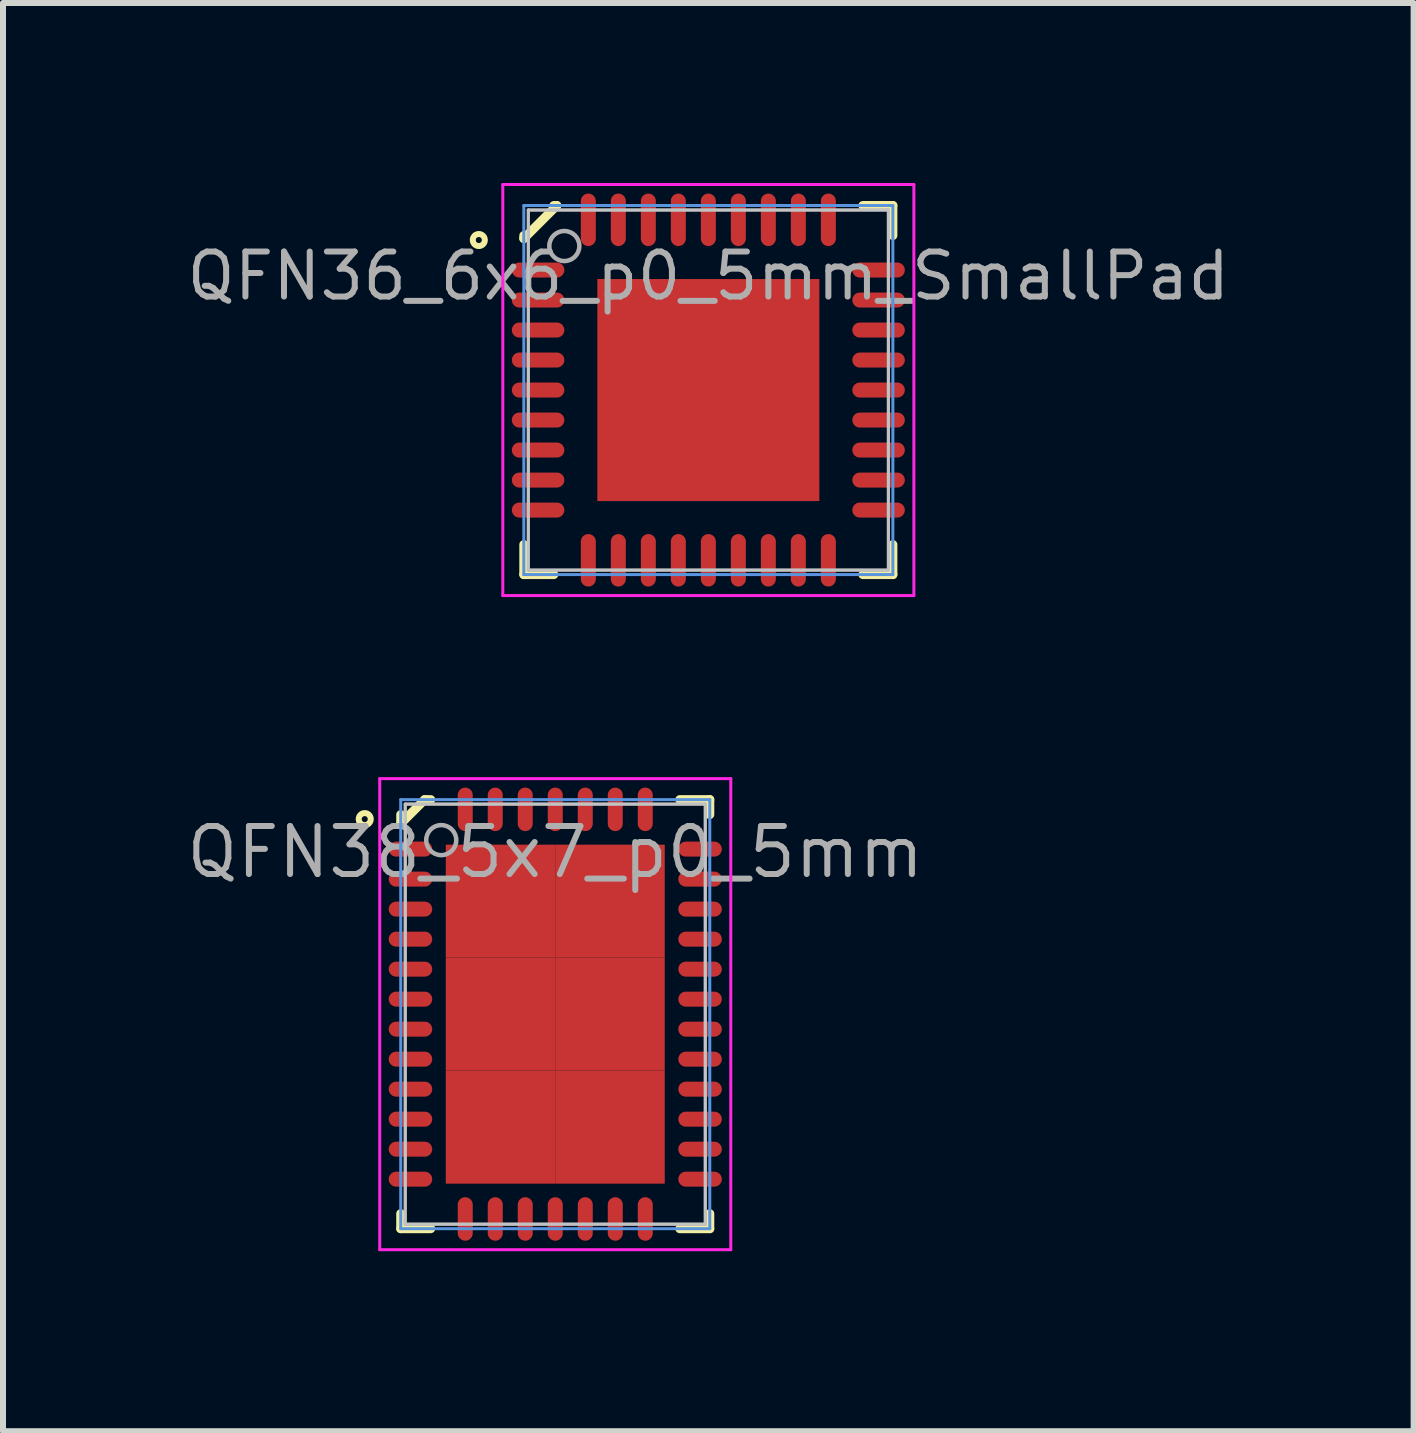
<source format=kicad_pcb>
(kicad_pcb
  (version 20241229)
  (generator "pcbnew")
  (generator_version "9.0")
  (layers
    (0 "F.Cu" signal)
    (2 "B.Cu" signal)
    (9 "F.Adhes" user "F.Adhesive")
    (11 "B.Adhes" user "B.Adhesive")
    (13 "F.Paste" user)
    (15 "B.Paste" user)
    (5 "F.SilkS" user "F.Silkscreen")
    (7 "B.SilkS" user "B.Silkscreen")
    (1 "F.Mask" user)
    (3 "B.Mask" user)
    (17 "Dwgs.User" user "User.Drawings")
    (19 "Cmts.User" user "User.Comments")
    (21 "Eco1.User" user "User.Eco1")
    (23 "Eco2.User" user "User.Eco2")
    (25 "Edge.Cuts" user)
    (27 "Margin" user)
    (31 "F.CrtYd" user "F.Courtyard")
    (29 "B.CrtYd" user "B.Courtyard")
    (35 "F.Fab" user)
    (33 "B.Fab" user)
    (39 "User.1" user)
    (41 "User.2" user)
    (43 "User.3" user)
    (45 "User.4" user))
  (footprint "QFN38_5x7_p0_5mm"
    (layer "F.Cu")
    (at 6.203 13.85)
    (property "Reference" "QFN38_5x7_p0_5mm" (at 0 -2.7 0) (layer "F.Fab") (effects (font (size 0.8 0.8) (thickness 0.1))))
    (attr through_hole)
    (fp_line (start -2.575 -3.175) (end -2.575 -3.325) (stroke (width 0.15) (type solid)) (layer "F.SilkS"))
    (fp_line (start -2.575 -3.175) (end -2.175 -3.575) (stroke (width 0.15) (type solid)) (layer "F.SilkS"))
    (fp_line (start -2.575 3.575) (end -2.575 3.325) (stroke (width 0.15) (type solid)) (layer "F.SilkS"))
    (fp_line (start -2.575 3.575) (end -2.075 3.575) (stroke (width 0.15) (type solid)) (layer "F.SilkS"))
    (fp_line (start -2.075 -3.575) (end -2.175 -3.575) (stroke (width 0.15) (type solid)) (layer "F.SilkS"))
    (fp_line (start 2.575 -3.575) (end 2.075 -3.575) (stroke (width 0.15) (type solid)) (layer "F.SilkS"))
    (fp_line (start 2.575 -3.575) (end 2.575 -3.325) (stroke (width 0.15) (type solid)) (layer "F.SilkS"))
    (fp_line (start 2.575 3.575) (end 2.075 3.575) (stroke (width 0.15) (type solid)) (layer "F.SilkS"))
    (fp_line (start 2.575 3.575) (end 2.575 3.325) (stroke (width 0.15) (type solid)) (layer "F.SilkS"))
    (fp_circle (center -3.175 -3.25) (end -3.104 -3.179) (stroke (width 0.1) (type solid)) (fill no) (layer "F.SilkS"))
    (fp_line (start -2.5 -3.5) (end -2.5 3.5) (stroke (width 0.05) (type solid)) (layer "Dwgs.User"))
    (fp_line (start -2.5 -3.5) (end 2.5 -3.5) (stroke (width 0.05) (type solid)) (layer "Dwgs.User"))
    (fp_line (start -2.5 3.5) (end 2.5 3.5) (stroke (width 0.05) (type solid)) (layer "Dwgs.User"))
    (fp_line (start 2.5 -3.5) (end 2.5 3.5) (stroke (width 0.05) (type solid)) (layer "Dwgs.User"))
    (fp_line (start -2.575 -3.575) (end -2.575 3.575) (stroke (width 0.05) (type solid)) (layer "Cmts.User"))
    (fp_line (start -2.575 -3.575) (end 2.575 -3.575) (stroke (width 0.05) (type solid)) (layer "Cmts.User"))
    (fp_line (start -2.575 3.575) (end 2.575 3.575) (stroke (width 0.05) (type solid)) (layer "Cmts.User"))
    (fp_line (start 2.575 -3.575) (end 2.575 3.575) (stroke (width 0.05) (type solid)) (layer "Cmts.User"))
    (fp_line (start -2.425 -3.425) (end -2.425 3.425) (stroke (width 0.05) (type solid)) (layer "Eco1.User"))
    (fp_line (start -2.425 -3.425) (end 2.425 -3.425) (stroke (width 0.05) (type solid)) (layer "Eco1.User"))
    (fp_line (start -2.425 3.425) (end 2.425 3.425) (stroke (width 0.05) (type solid)) (layer "Eco1.User"))
    (fp_line (start 2.425 -3.425) (end 2.425 3.425) (stroke (width 0.05) (type solid)) (layer "Eco1.User"))
    (fp_line (start -2.925 -3.925) (end -2.925 3.925) (stroke (width 0.05) (type solid)) (layer "F.CrtYd"))
    (fp_line (start -2.925 -3.925) (end 2.925 -3.925) (stroke (width 0.05) (type solid)) (layer "F.CrtYd"))
    (fp_line (start -2.925 3.925) (end 2.925 3.925) (stroke (width 0.05) (type solid)) (layer "F.CrtYd"))
    (fp_line (start 2.925 -3.925) (end 2.925 3.925) (stroke (width 0.05) (type solid)) (layer "F.CrtYd"))
    (fp_line (start -2.5 -3.5) (end -2.5 3.5) (stroke (width 0.05) (type solid)) (layer "F.Fab"))
    (fp_line (start -2.5 -3.5) (end 2.5 -3.5) (stroke (width 0.05) (type solid)) (layer "F.Fab"))
    (fp_line (start -2.5 3.5) (end 2.5 3.5) (stroke (width 0.05) (type solid)) (layer "F.Fab"))
    (fp_line (start 2.5 -3.5) (end 2.5 3.5) (stroke (width 0.05) (type solid)) (layer "F.Fab"))
    (fp_circle (center -1.9 -2.9) (end -1.723 -2.723) (stroke (width 0.075) (type solid)) (fill no) (layer "F.Fab"))
    (pad "1" smd oval (at -2.413 -2.75 180) (size 0.725 0.25) (layers "F.Cu" "F.Mask" "F.Paste"))
    (pad "2" smd oval (at -2.413 -2.25 180) (size 0.725 0.25) (layers "F.Cu" "F.Mask" "F.Paste"))
    (pad "3" smd oval (at -2.413 -1.75 180) (size 0.725 0.25) (layers "F.Cu" "F.Mask" "F.Paste"))
    (pad "4" smd oval (at -2.413 -1.25 180) (size 0.725 0.25) (layers "F.Cu" "F.Mask" "F.Paste"))
    (pad "5" smd oval (at -2.413 -0.75 180) (size 0.725 0.25) (layers "F.Cu" "F.Mask" "F.Paste"))
    (pad "6" smd oval (at -2.413 -0.25 180) (size 0.725 0.25) (layers "F.Cu" "F.Mask" "F.Paste"))
    (pad "7" smd oval (at -2.413 0.25 180) (size 0.725 0.25) (layers "F.Cu" "F.Mask" "F.Paste"))
    (pad "8" smd oval (at -2.413 0.75 180) (size 0.725 0.25) (layers "F.Cu" "F.Mask" "F.Paste"))
    (pad "9" smd oval (at -2.413 1.25 180) (size 0.725 0.25) (layers "F.Cu" "F.Mask" "F.Paste"))
    (pad "10" smd oval (at -2.413 1.75 180) (size 0.725 0.25) (layers "F.Cu" "F.Mask" "F.Paste"))
    (pad "11" smd oval (at -2.413 2.25 180) (size 0.725 0.25) (layers "F.Cu" "F.Mask" "F.Paste"))
    (pad "12" smd oval (at -2.413 2.75 180) (size 0.725 0.25) (layers "F.Cu" "F.Mask" "F.Paste"))
    (pad "13" smd oval (at -1.5 3.413 270) (size 0.725 0.25) (layers "F.Cu" "F.Mask" "F.Paste"))
    (pad "14" smd oval (at -1 3.413 270) (size 0.725 0.25) (layers "F.Cu" "F.Mask" "F.Paste"))
    (pad "15" smd oval (at -0.5 3.413 270) (size 0.725 0.25) (layers "F.Cu" "F.Mask" "F.Paste"))
    (pad "16" smd oval (at 0 3.413 270) (size 0.725 0.25) (layers "F.Cu" "F.Mask" "F.Paste"))
    (pad "17" smd oval (at 0.5 3.413 270) (size 0.725 0.25) (layers "F.Cu" "F.Mask" "F.Paste"))
    (pad "18" smd oval (at 1 3.413 270) (size 0.725 0.25) (layers "F.Cu" "F.Mask" "F.Paste"))
    (pad "19" smd oval (at 1.5 3.413 270) (size 0.725 0.25) (layers "F.Cu" "F.Mask" "F.Paste"))
    (pad "20" smd oval (at 2.413 2.75) (size 0.725 0.25) (layers "F.Cu" "F.Mask" "F.Paste"))
    (pad "21" smd oval (at 2.413 2.25) (size 0.725 0.25) (layers "F.Cu" "F.Mask" "F.Paste"))
    (pad "22" smd oval (at 2.413 1.75) (size 0.725 0.25) (layers "F.Cu" "F.Mask" "F.Paste"))
    (pad "23" smd oval (at 2.413 1.25) (size 0.725 0.25) (layers "F.Cu" "F.Mask" "F.Paste"))
    (pad "24" smd oval (at 2.413 0.75) (size 0.725 0.25) (layers "F.Cu" "F.Mask" "F.Paste"))
    (pad "25" smd oval (at 2.413 0.25) (size 0.725 0.25) (layers "F.Cu" "F.Mask" "F.Paste"))
    (pad "26" smd oval (at 2.413 -0.25) (size 0.725 0.25) (layers "F.Cu" "F.Mask" "F.Paste"))
    (pad "27" smd oval (at 2.413 -0.75) (size 0.725 0.25) (layers "F.Cu" "F.Mask" "F.Paste"))
    (pad "28" smd oval (at 2.413 -1.25) (size 0.725 0.25) (layers "F.Cu" "F.Mask" "F.Paste"))
    (pad "29" smd oval (at 2.413 -1.75) (size 0.725 0.25) (layers "F.Cu" "F.Mask" "F.Paste"))
    (pad "30" smd oval (at 2.413 -2.25) (size 0.725 0.25) (layers "F.Cu" "F.Mask" "F.Paste"))
    (pad "31" smd oval (at 2.413 -2.75) (size 0.725 0.25) (layers "F.Cu" "F.Mask" "F.Paste"))
    (pad "32" smd oval (at 1.5 -3.413 90) (size 0.725 0.25) (layers "F.Cu" "F.Mask" "F.Paste"))
    (pad "33" smd oval (at 1 -3.413 90) (size 0.725 0.25) (layers "F.Cu" "F.Mask" "F.Paste"))
    (pad "34" smd oval (at 0.5 -3.413 90) (size 0.725 0.25) (layers "F.Cu" "F.Mask" "F.Paste"))
    (pad "35" smd oval (at 0 -3.413 90) (size 0.725 0.25) (layers "F.Cu" "F.Mask" "F.Paste"))
    (pad "36" smd oval (at -0.5 -3.413 90) (size 0.725 0.25) (layers "F.Cu" "F.Mask" "F.Paste"))
    (pad "37" smd oval (at -1 -3.413 90) (size 0.725 0.25) (layers "F.Cu" "F.Mask" "F.Paste"))
    (pad "38" smd oval (at -1.5 -3.413 90) (size 0.725 0.25) (layers "F.Cu" "F.Mask" "F.Paste"))
    (pad "39" smd rect (at -0.912 -1.883) (size 1.825 1.883) (layers "F.Cu" "F.Mask" "F.Paste"))
    (pad "39" smd rect (at -0.912 0) (size 1.825 1.883) (layers "F.Cu" "F.Mask" "F.Paste"))
    (pad "39" smd rect (at -0.912 1.883) (size 1.825 1.883) (layers "F.Cu" "F.Mask" "F.Paste"))
    (pad "39" smd rect (at 0.912 -1.883) (size 1.825 1.883) (layers "F.Cu" "F.Mask" "F.Paste"))
    (pad "39" smd rect (at 0.912 0) (size 1.825 1.883) (layers "F.Cu" "F.Mask" "F.Paste"))
    (pad "39" smd rect (at 0.912 1.883) (size 1.825 1.883) (layers "F.Cu" "F.Mask" "F.Paste")))
  (footprint "QFN36_6x6_p0_5mm_SmallPad"
    (layer "F.Cu")
    (at 8.754 3.45)
    (property "Reference" "QFN36_6x6_p0_5mm_SmallPad" (at 0 -1.9 0) (layer "F.Fab") (effects (font (size 0.75 0.75) (thickness 0.1))))
    (attr through_hole)
    (fp_line (start -3.075 -2.525) (end -3.075 -2.575) (stroke (width 0.15) (type solid)) (layer "F.SilkS"))
    (fp_line (start -3.075 -2.525) (end -2.525 -3.075) (stroke (width 0.15) (type solid)) (layer "F.SilkS"))
    (fp_line (start -3.075 3.075) (end -3.075 2.575) (stroke (width 0.15) (type solid)) (layer "F.SilkS"))
    (fp_line (start -3.075 3.075) (end -2.575 3.075) (stroke (width 0.15) (type solid)) (layer "F.SilkS"))
    (fp_line (start -2.575 -3.075) (end -2.525 -3.075) (stroke (width 0.15) (type solid)) (layer "F.SilkS"))
    (fp_line (start 3.075 -3.075) (end 2.575 -3.075) (stroke (width 0.15) (type solid)) (layer "F.SilkS"))
    (fp_line (start 3.075 -3.075) (end 3.075 -2.575) (stroke (width 0.15) (type solid)) (layer "F.SilkS"))
    (fp_line (start 3.075 3.075) (end 2.575 3.075) (stroke (width 0.15) (type solid)) (layer "F.SilkS"))
    (fp_line (start 3.075 3.075) (end 3.075 2.575) (stroke (width 0.15) (type solid)) (layer "F.SilkS"))
    (fp_circle (center -3.825 -2.5) (end -3.754 -2.429) (stroke (width 0.1) (type solid)) (fill no) (layer "F.SilkS"))
    (fp_line (start -3 -3) (end -3 3) (stroke (width 0.05) (type solid)) (layer "Dwgs.User"))
    (fp_line (start -3 -3) (end 3 -3) (stroke (width 0.05) (type solid)) (layer "Dwgs.User"))
    (fp_line (start -3 3) (end 3 3) (stroke (width 0.05) (type solid)) (layer "Dwgs.User"))
    (fp_line (start 3 -3) (end 3 3) (stroke (width 0.05) (type solid)) (layer "Dwgs.User"))
    (fp_line (start -3.075 -3.075) (end -3.075 3.075) (stroke (width 0.05) (type solid)) (layer "Cmts.User"))
    (fp_line (start -3.075 -3.075) (end 3.075 -3.075) (stroke (width 0.05) (type solid)) (layer "Cmts.User"))
    (fp_line (start -3.075 3.075) (end 3.075 3.075) (stroke (width 0.05) (type solid)) (layer "Cmts.User"))
    (fp_line (start 3.075 -3.075) (end 3.075 3.075) (stroke (width 0.05) (type solid)) (layer "Cmts.User"))
    (fp_line (start -2.925 -2.925) (end -2.925 2.925) (stroke (width 0.05) (type solid)) (layer "Eco1.User"))
    (fp_line (start -2.925 -2.925) (end 2.925 -2.925) (stroke (width 0.05) (type solid)) (layer "Eco1.User"))
    (fp_line (start -2.925 2.925) (end 2.925 2.925) (stroke (width 0.05) (type solid)) (layer "Eco1.User"))
    (fp_line (start 2.925 -2.925) (end 2.925 2.925) (stroke (width 0.05) (type solid)) (layer "Eco1.User"))
    (fp_line (start -3.425 -3.425) (end -3.425 3.425) (stroke (width 0.05) (type solid)) (layer "F.CrtYd"))
    (fp_line (start -3.425 -3.425) (end 3.425 -3.425) (stroke (width 0.05) (type solid)) (layer "F.CrtYd"))
    (fp_line (start -3.425 3.425) (end 3.425 3.425) (stroke (width 0.05) (type solid)) (layer "F.CrtYd"))
    (fp_line (start 3.425 -3.425) (end 3.425 3.425) (stroke (width 0.05) (type solid)) (layer "F.CrtYd"))
    (fp_line (start -3 -3) (end -3 3) (stroke (width 0.05) (type solid)) (layer "F.Fab"))
    (fp_line (start -3 -3) (end 3 -3) (stroke (width 0.05) (type solid)) (layer "F.Fab"))
    (fp_line (start -3 3) (end 3 3) (stroke (width 0.05) (type solid)) (layer "F.Fab"))
    (fp_line (start 3 -3) (end 3 3) (stroke (width 0.05) (type solid)) (layer "F.Fab"))
    (fp_circle (center -2.4 -2.4) (end -2.223 -2.223) (stroke (width 0.075) (type solid)) (fill no) (layer "F.Fab"))
    (pad "1" smd oval (at -2.837 -2 180) (size 0.875 0.25) (layers "F.Cu" "F.Mask" "F.Paste"))
    (pad "2" smd oval (at -2.837 -1.5 180) (size 0.875 0.25) (layers "F.Cu" "F.Mask" "F.Paste"))
    (pad "3" smd oval (at -2.837 -1 180) (size 0.875 0.25) (layers "F.Cu" "F.Mask" "F.Paste"))
    (pad "4" smd oval (at -2.837 -0.5 180) (size 0.875 0.25) (layers "F.Cu" "F.Mask" "F.Paste"))
    (pad "5" smd oval (at -2.837 0 180) (size 0.875 0.25) (layers "F.Cu" "F.Mask" "F.Paste"))
    (pad "6" smd oval (at -2.837 0.5 180) (size 0.875 0.25) (layers "F.Cu" "F.Mask" "F.Paste"))
    (pad "7" smd oval (at -2.837 1 180) (size 0.875 0.25) (layers "F.Cu" "F.Mask" "F.Paste"))
    (pad "8" smd oval (at -2.837 1.5 180) (size 0.875 0.25) (layers "F.Cu" "F.Mask" "F.Paste"))
    (pad "9" smd oval (at -2.837 2 180) (size 0.875 0.25) (layers "F.Cu" "F.Mask" "F.Paste"))
    (pad "10" smd oval (at -2 2.837 270) (size 0.875 0.25) (layers "F.Cu" "F.Mask" "F.Paste"))
    (pad "11" smd oval (at -1.5 2.837 270) (size 0.875 0.25) (layers "F.Cu" "F.Mask" "F.Paste"))
    (pad "12" smd oval (at -1 2.837 270) (size 0.875 0.25) (layers "F.Cu" "F.Mask" "F.Paste"))
    (pad "13" smd oval (at -0.5 2.837 270) (size 0.875 0.25) (layers "F.Cu" "F.Mask" "F.Paste"))
    (pad "14" smd oval (at 0 2.837 270) (size 0.875 0.25) (layers "F.Cu" "F.Mask" "F.Paste"))
    (pad "15" smd oval (at 0.5 2.837 270) (size 0.875 0.25) (layers "F.Cu" "F.Mask" "F.Paste"))
    (pad "16" smd oval (at 1 2.837 270) (size 0.875 0.25) (layers "F.Cu" "F.Mask" "F.Paste"))
    (pad "17" smd oval (at 1.5 2.837 270) (size 0.875 0.25) (layers "F.Cu" "F.Mask" "F.Paste"))
    (pad "18" smd oval (at 2 2.837 270) (size 0.875 0.25) (layers "F.Cu" "F.Mask" "F.Paste"))
    (pad "19" smd oval (at 2.837 2) (size 0.875 0.25) (layers "F.Cu" "F.Mask" "F.Paste"))
    (pad "20" smd oval (at 2.837 1.5) (size 0.875 0.25) (layers "F.Cu" "F.Mask" "F.Paste"))
    (pad "21" smd oval (at 2.837 1) (size 0.875 0.25) (layers "F.Cu" "F.Mask" "F.Paste"))
    (pad "22" smd oval (at 2.837 0.5) (size 0.875 0.25) (layers "F.Cu" "F.Mask" "F.Paste"))
    (pad "23" smd oval (at 2.837 0) (size 0.875 0.25) (layers "F.Cu" "F.Mask" "F.Paste"))
    (pad "24" smd oval (at 2.837 -0.5) (size 0.875 0.25) (layers "F.Cu" "F.Mask" "F.Paste"))
    (pad "25" smd oval (at 2.837 -1) (size 0.875 0.25) (layers "F.Cu" "F.Mask" "F.Paste"))
    (pad "26" smd oval (at 2.837 -1.5) (size 0.875 0.25) (layers "F.Cu" "F.Mask" "F.Paste"))
    (pad "27" smd oval (at 2.837 -2) (size 0.875 0.25) (layers "F.Cu" "F.Mask" "F.Paste"))
    (pad "28" smd oval (at 2 -2.837 90) (size 0.875 0.25) (layers "F.Cu" "F.Mask" "F.Paste"))
    (pad "29" smd oval (at 1.5 -2.837 90) (size 0.875 0.25) (layers "F.Cu" "F.Mask" "F.Paste"))
    (pad "30" smd oval (at 1 -2.837 90) (size 0.875 0.25) (layers "F.Cu" "F.Mask" "F.Paste"))
    (pad "31" smd oval (at 0.5 -2.837 90) (size 0.875 0.25) (layers "F.Cu" "F.Mask" "F.Paste"))
    (pad "32" smd oval (at 0 -2.837 90) (size 0.875 0.25) (layers "F.Cu" "F.Mask" "F.Paste"))
    (pad "33" smd oval (at -0.5 -2.837 90) (size 0.875 0.25) (layers "F.Cu" "F.Mask" "F.Paste"))
    (pad "34" smd oval (at -1 -2.837 90) (size 0.875 0.25) (layers "F.Cu" "F.Mask" "F.Paste"))
    (pad "35" smd oval (at -1.5 -2.837 90) (size 0.875 0.25) (layers "F.Cu" "F.Mask" "F.Paste"))
    (pad "36" smd oval (at -2 -2.837 90) (size 0.875 0.25) (layers "F.Cu" "F.Mask" "F.Paste"))
    (pad "37" smd rect (at 0 0) (size 3.7 3.7) (layers "F.Cu" "F.Mask" "F.Paste")))
  (gr_rect
    (start -3 -3)
    (end 20.507 20.8)
    (stroke (width 0.1) (type default))
    (fill no)
    (layer "Edge.Cuts")))
</source>
